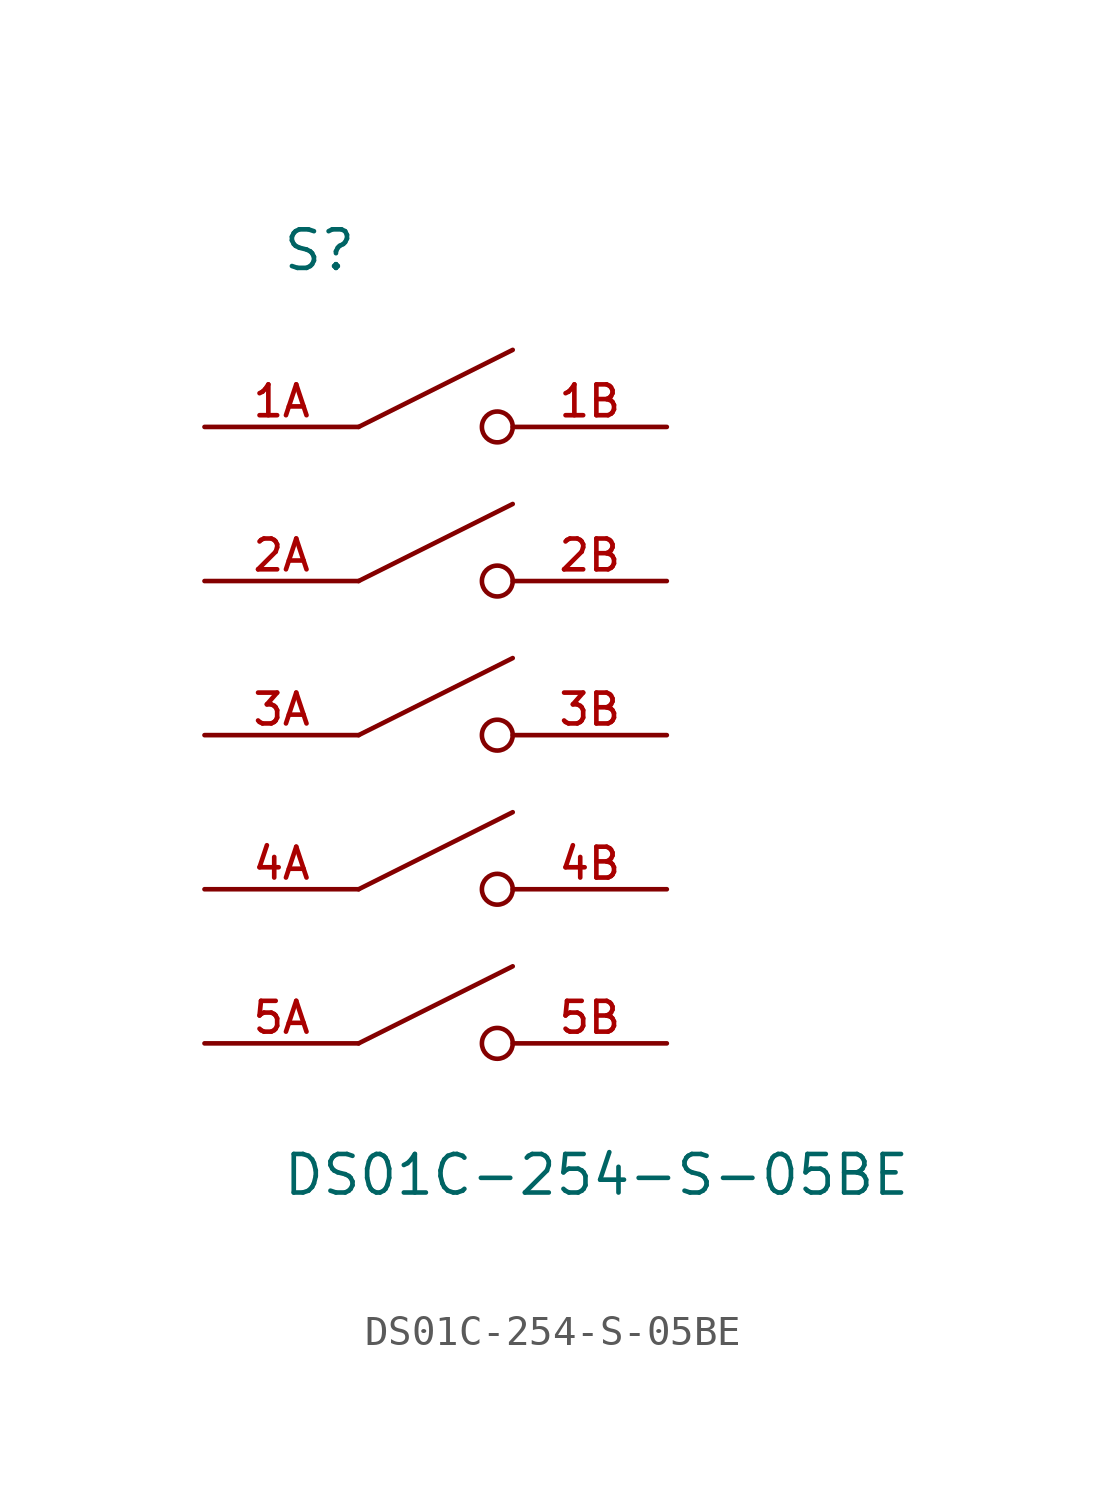
<source format=kicad_sym>
(kicad_symbol_lib
  (version 20211014)
  (generator kicad_symbol_editor)
  (symbol "DS01C-254-S-05BE"
    (pin_names
      (offset 1.016))
    (property "Reference" "S"
      (at -5.08 15.24 0)
      (effects (font (size 1.27 1.27)) (justify bottom left)))
    (property "Value" "DS01C-254-S-05BE"
      (at -5.08 -15.24 0)
      (effects (font (size 1.27 1.27)) (justify bottom left)))
    (symbol "DS01C-254-S-05BE_0_0"
      (polyline (pts (xy -2.54 10.16) (xy 2.54 12.7)) (stroke (width 0.152)))
      (circle (center 2.032 10.16) (radius 0.508) (stroke (width 0.152)) (fill (type none)))
      (polyline (pts (xy -2.54 5.08) (xy 2.54 7.62)) (stroke (width 0.152)))
      (circle (center 2.032 5.08) (radius 0.508) (stroke (width 0.152)) (fill (type none)))
      (polyline (pts (xy -2.54 0.0) (xy 2.54 2.54)) (stroke (width 0.152)))
      (circle (center 2.032 0.0) (radius 0.508) (stroke (width 0.152)) (fill (type none)))
      (polyline (pts (xy -2.54 -5.08) (xy 2.54 -2.54)) (stroke (width 0.152)))
      (circle (center 2.032 -5.08) (radius 0.508) (stroke (width 0.152)) (fill (type none)))
      (polyline (pts (xy -2.54 -10.16) (xy 2.54 -7.62)) (stroke (width 0.152)))
      (circle (center 2.032 -10.16) (radius 0.508) (stroke (width 0.152)) (fill (type none)))
      (pin passive line (at -7.62 10.16 0) (length 5.08) (name "~" (effects (font (size 1.016 1.016)))) (number "1A" (effects (font (size 1.016 1.016)))))
      (pin passive line (at 7.62 10.16 180.0) (length 5.08) (name "~" (effects (font (size 1.016 1.016)))) (number "1B" (effects (font (size 1.016 1.016)))))
      (pin passive line (at -7.62 5.08 0) (length 5.08) (name "~" (effects (font (size 1.016 1.016)))) (number "2A" (effects (font (size 1.016 1.016)))))
      (pin passive line (at -7.62 0.0 0) (length 5.08) (name "~" (effects (font (size 1.016 1.016)))) (number "3A" (effects (font (size 1.016 1.016)))))
      (pin passive line (at 7.62 5.08 180.0) (length 5.08) (name "~" (effects (font (size 1.016 1.016)))) (number "2B" (effects (font (size 1.016 1.016)))))
      (pin passive line (at 7.62 0.0 180.0) (length 5.08) (name "~" (effects (font (size 1.016 1.016)))) (number "3B" (effects (font (size 1.016 1.016)))))
      (pin passive line (at -7.62 -5.08 0) (length 5.08) (name "~" (effects (font (size 1.016 1.016)))) (number "4A" (effects (font (size 1.016 1.016)))))
      (pin passive line (at 7.62 -5.08 180.0) (length 5.08) (name "~" (effects (font (size 1.016 1.016)))) (number "4B" (effects (font (size 1.016 1.016)))))
      (pin passive line (at -7.62 -10.16 0) (length 5.08) (name "~" (effects (font (size 1.016 1.016)))) (number "5A" (effects (font (size 1.016 1.016)))))
      (pin passive line (at 7.62 -10.16 180.0) (length 5.08) (name "~" (effects (font (size 1.016 1.016)))) (number "5B" (effects (font (size 1.016 1.016))))))))
</source>
